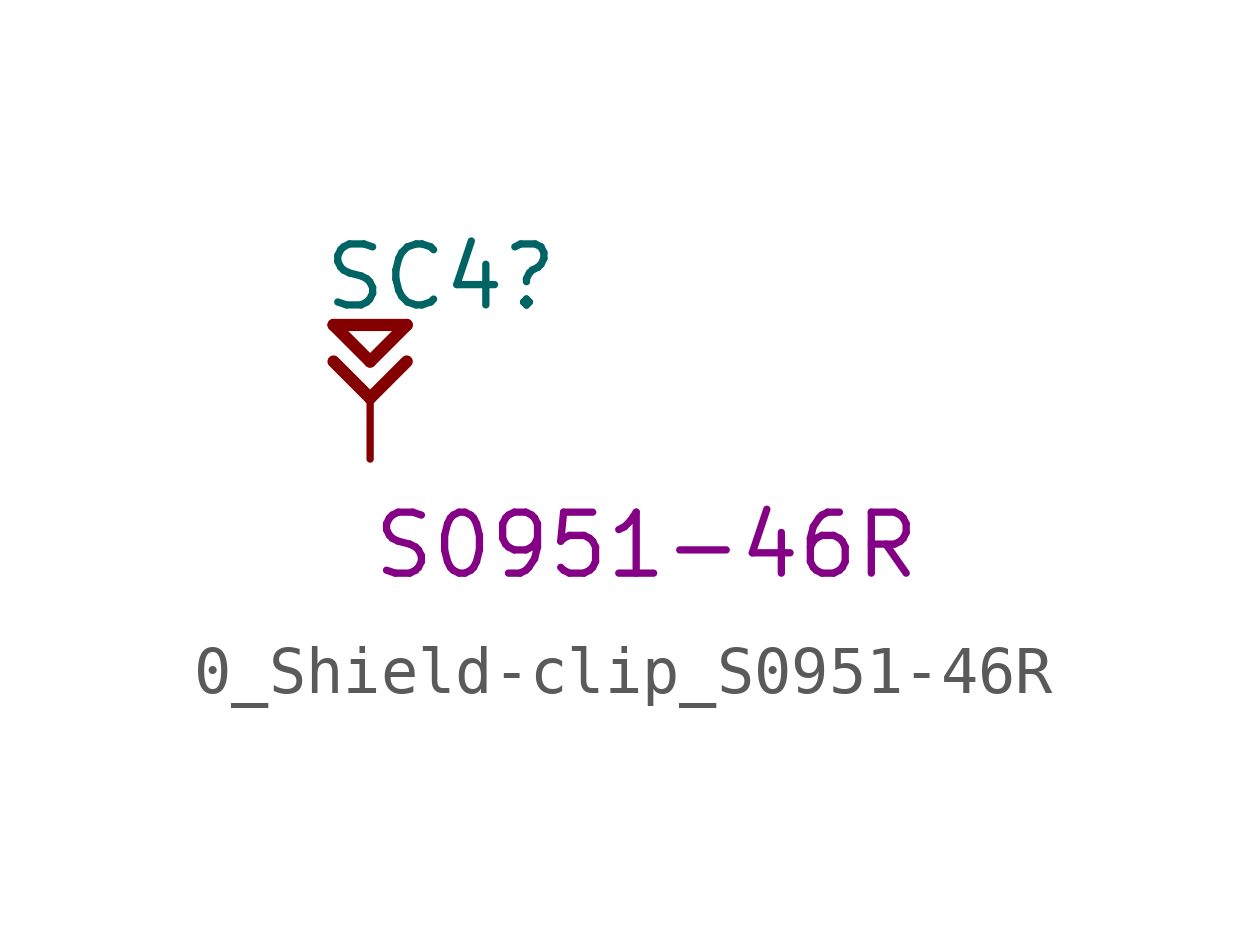
<source format=kicad_sym>
(kicad_symbol_lib
  (version 20211014)
  (generator kicad_symbol_editor)
  (symbol "0_Shield-clip_S0951-46R"
    (property "Reference" "SC4"
      (at -1.016 3.048 0)
      (effects (font (size 1.27 1.27)) (justify left bottom)))
    (property "ALTIUM_VALUE" "S0951-46R"
      (at 0 -2.54 0)
      (effects (font (size 1.27 1.27)) (justify left bottom)))
    (symbol "0_Shield-clip_S0951-46R_1_0"
      (polyline (pts (xy 0 1.27) (xy -0.762 2.032)) (stroke (width 0.254) (type default) (color 0 0 0 0)) (fill (type none)))
      (polyline (pts (xy 0 1.27) (xy 0.762 2.032)) (stroke (width 0.254) (type default) (color 0 0 0 0)) (fill (type none)))
      (polyline (pts (xy 0 2.032) (xy -0.762 2.794)) (stroke (width 0.254) (type default) (color 0 0 0 0)) (fill (type none)))
      (polyline (pts (xy 0 2.032) (xy 0.762 2.794)) (stroke (width 0.254) (type default) (color 0 0 0 0)) (fill (type none)))
      (polyline (pts (xy 0.762 2.794) (xy -0.762 2.794)) (stroke (width 0.254) (type default) (color 0 0 0 0)) (fill (type none)))
      (pin passive line (at 0 0 90) (length 1.27) (name "1" (effects (font (size 0 0)))) (number "1" (effects (font (size 0 0))))))))
</source>
